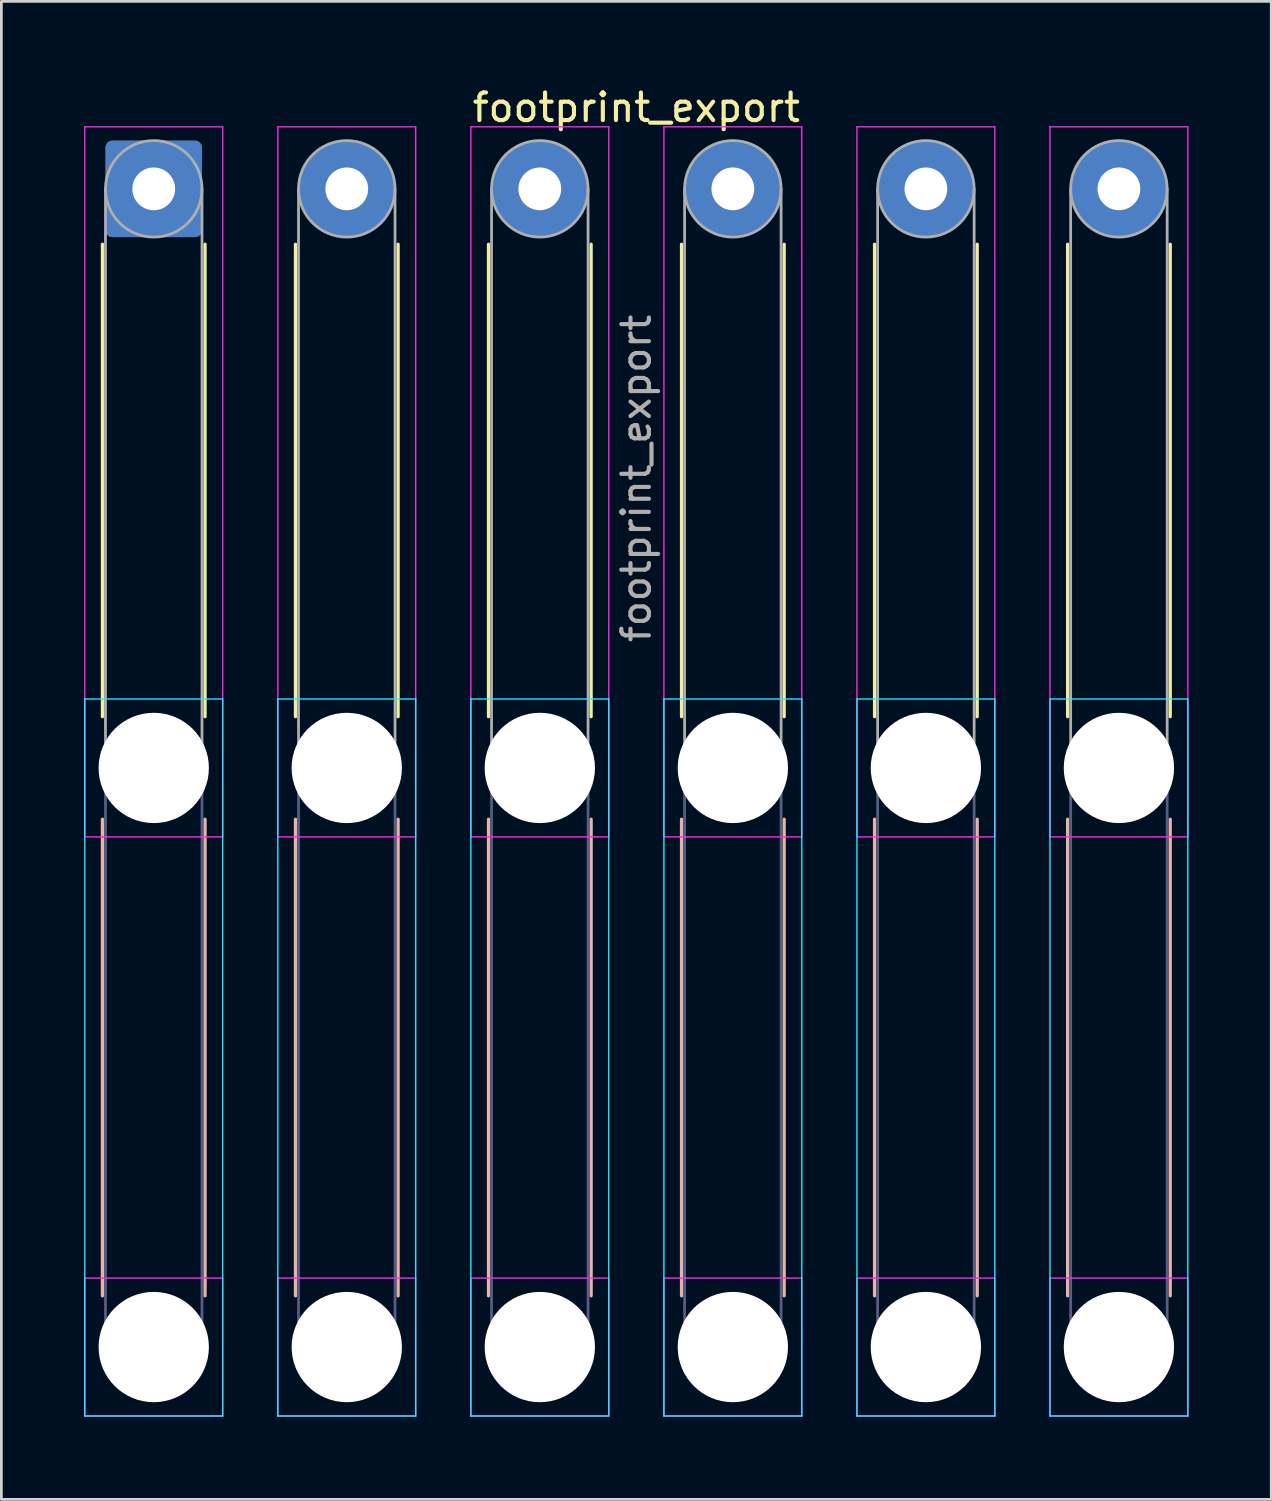
<source format=kicad_pcb>
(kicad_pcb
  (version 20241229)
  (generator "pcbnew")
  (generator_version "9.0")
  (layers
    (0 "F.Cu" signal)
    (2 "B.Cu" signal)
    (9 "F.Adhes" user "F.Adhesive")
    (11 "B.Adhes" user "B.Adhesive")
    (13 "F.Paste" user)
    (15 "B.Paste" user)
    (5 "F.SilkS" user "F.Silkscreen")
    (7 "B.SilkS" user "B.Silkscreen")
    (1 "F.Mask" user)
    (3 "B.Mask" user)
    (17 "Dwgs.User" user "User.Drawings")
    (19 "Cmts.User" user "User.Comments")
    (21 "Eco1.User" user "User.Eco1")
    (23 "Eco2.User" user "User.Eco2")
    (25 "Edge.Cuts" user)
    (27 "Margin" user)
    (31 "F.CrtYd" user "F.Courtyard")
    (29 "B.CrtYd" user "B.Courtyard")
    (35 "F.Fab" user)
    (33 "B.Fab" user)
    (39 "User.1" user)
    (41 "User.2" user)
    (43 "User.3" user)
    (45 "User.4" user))
  (footprint "footprint_export"
    (layer "F.Cu")
    (at 2.525 3.798)
    (property "Reference" "footprint_export" (at 17.5 -2.95 0) (layer "F.SilkS") (effects (font (size 1 1) (thickness 0.15))))
    (attr exclude_from_pos_files exclude_from_bom)
    (fp_line (start -1.86 2.01) (end -1.86 19.14) (stroke (width 0.12) (type solid)) (layer "F.SilkS"))
    (fp_line (start 1.86 2.01) (end 1.86 19.14) (stroke (width 0.12) (type solid)) (layer "F.SilkS"))
    (fp_line (start 5.14 2.01) (end 5.14 19.14) (stroke (width 0.12) (type solid)) (layer "F.SilkS"))
    (fp_line (start 8.86 2.01) (end 8.86 19.14) (stroke (width 0.12) (type solid)) (layer "F.SilkS"))
    (fp_line (start 12.14 2.01) (end 12.14 19.14) (stroke (width 0.12) (type solid)) (layer "F.SilkS"))
    (fp_line (start 15.86 2.01) (end 15.86 19.14) (stroke (width 0.12) (type solid)) (layer "F.SilkS"))
    (fp_line (start 19.14 2.01) (end 19.14 19.14) (stroke (width 0.12) (type solid)) (layer "F.SilkS"))
    (fp_line (start 22.86 2.01) (end 22.86 19.14) (stroke (width 0.12) (type solid)) (layer "F.SilkS"))
    (fp_line (start 26.14 2.01) (end 26.14 19.14) (stroke (width 0.12) (type solid)) (layer "F.SilkS"))
    (fp_line (start 29.86 2.01) (end 29.86 19.14) (stroke (width 0.12) (type solid)) (layer "F.SilkS"))
    (fp_line (start 33.14 2.01) (end 33.14 19.14) (stroke (width 0.12) (type solid)) (layer "F.SilkS"))
    (fp_line (start 36.86 2.01) (end 36.86 19.14) (stroke (width 0.12) (type solid)) (layer "F.SilkS"))
    (fp_line (start -1.86 22.86) (end -1.86 40.14) (stroke (width 0.12) (type solid)) (layer "B.SilkS"))
    (fp_line (start 1.86 22.86) (end 1.86 40.14) (stroke (width 0.12) (type solid)) (layer "B.SilkS"))
    (fp_line (start 5.14 22.86) (end 5.14 40.14) (stroke (width 0.12) (type solid)) (layer "B.SilkS"))
    (fp_line (start 8.86 22.86) (end 8.86 40.14) (stroke (width 0.12) (type solid)) (layer "B.SilkS"))
    (fp_line (start 12.14 22.86) (end 12.14 40.14) (stroke (width 0.12) (type solid)) (layer "B.SilkS"))
    (fp_line (start 15.86 22.86) (end 15.86 40.14) (stroke (width 0.12) (type solid)) (layer "B.SilkS"))
    (fp_line (start 19.14 22.86) (end 19.14 40.14) (stroke (width 0.12) (type solid)) (layer "B.SilkS"))
    (fp_line (start 22.86 22.86) (end 22.86 40.14) (stroke (width 0.12) (type solid)) (layer "B.SilkS"))
    (fp_line (start 26.14 22.86) (end 26.14 40.14) (stroke (width 0.12) (type solid)) (layer "B.SilkS"))
    (fp_line (start 29.86 22.86) (end 29.86 40.14) (stroke (width 0.12) (type solid)) (layer "B.SilkS"))
    (fp_line (start 33.14 22.86) (end 33.14 40.14) (stroke (width 0.12) (type solid)) (layer "B.SilkS"))
    (fp_line (start 36.86 22.86) (end 36.86 40.14) (stroke (width 0.12) (type solid)) (layer "B.SilkS"))
    (fp_line (start -2.5 18.5) (end -2.5 44.5) (stroke (width 0.05) (type solid)) (layer "B.CrtYd"))
    (fp_line (start -2.5 44.5) (end 2.5 44.5) (stroke (width 0.05) (type solid)) (layer "B.CrtYd"))
    (fp_line (start 2.5 18.5) (end -2.5 18.5) (stroke (width 0.05) (type solid)) (layer "B.CrtYd"))
    (fp_line (start 2.5 44.5) (end 2.5 18.5) (stroke (width 0.05) (type solid)) (layer "B.CrtYd"))
    (fp_line (start 4.5 18.5) (end 4.5 44.5) (stroke (width 0.05) (type solid)) (layer "B.CrtYd"))
    (fp_line (start 4.5 44.5) (end 9.5 44.5) (stroke (width 0.05) (type solid)) (layer "B.CrtYd"))
    (fp_line (start 9.5 18.5) (end 4.5 18.5) (stroke (width 0.05) (type solid)) (layer "B.CrtYd"))
    (fp_line (start 9.5 44.5) (end 9.5 18.5) (stroke (width 0.05) (type solid)) (layer "B.CrtYd"))
    (fp_line (start 11.5 18.5) (end 11.5 44.5) (stroke (width 0.05) (type solid)) (layer "B.CrtYd"))
    (fp_line (start 11.5 44.5) (end 16.5 44.5) (stroke (width 0.05) (type solid)) (layer "B.CrtYd"))
    (fp_line (start 16.5 18.5) (end 11.5 18.5) (stroke (width 0.05) (type solid)) (layer "B.CrtYd"))
    (fp_line (start 16.5 44.5) (end 16.5 18.5) (stroke (width 0.05) (type solid)) (layer "B.CrtYd"))
    (fp_line (start 18.5 18.5) (end 18.5 44.5) (stroke (width 0.05) (type solid)) (layer "B.CrtYd"))
    (fp_line (start 18.5 44.5) (end 23.5 44.5) (stroke (width 0.05) (type solid)) (layer "B.CrtYd"))
    (fp_line (start 23.5 18.5) (end 18.5 18.5) (stroke (width 0.05) (type solid)) (layer "B.CrtYd"))
    (fp_line (start 23.5 44.5) (end 23.5 18.5) (stroke (width 0.05) (type solid)) (layer "B.CrtYd"))
    (fp_line (start 25.5 18.5) (end 25.5 44.5) (stroke (width 0.05) (type solid)) (layer "B.CrtYd"))
    (fp_line (start 25.5 44.5) (end 30.5 44.5) (stroke (width 0.05) (type solid)) (layer "B.CrtYd"))
    (fp_line (start 30.5 18.5) (end 25.5 18.5) (stroke (width 0.05) (type solid)) (layer "B.CrtYd"))
    (fp_line (start 30.5 44.5) (end 30.5 18.5) (stroke (width 0.05) (type solid)) (layer "B.CrtYd"))
    (fp_line (start 32.5 18.5) (end 32.5 44.5) (stroke (width 0.05) (type solid)) (layer "B.CrtYd"))
    (fp_line (start 32.5 44.5) (end 37.5 44.5) (stroke (width 0.05) (type solid)) (layer "B.CrtYd"))
    (fp_line (start 37.5 18.5) (end 32.5 18.5) (stroke (width 0.05) (type solid)) (layer "B.CrtYd"))
    (fp_line (start 37.5 44.5) (end 37.5 18.5) (stroke (width 0.05) (type solid)) (layer "B.CrtYd"))
    (fp_line (start -2.5 -2.25) (end -2.5 23.5) (stroke (width 0.05) (type solid)) (layer "F.CrtYd"))
    (fp_line (start -2.5 23.5) (end 2.5 23.5) (stroke (width 0.05) (type solid)) (layer "F.CrtYd"))
    (fp_line (start -2.5 39.5) (end -2.5 44.5) (stroke (width 0.05) (type solid)) (layer "F.CrtYd"))
    (fp_line (start -2.5 44.5) (end 2.5 44.5) (stroke (width 0.05) (type solid)) (layer "F.CrtYd"))
    (fp_line (start 2.5 -2.25) (end -2.5 -2.25) (stroke (width 0.05) (type solid)) (layer "F.CrtYd"))
    (fp_line (start 2.5 23.5) (end 2.5 -2.25) (stroke (width 0.05) (type solid)) (layer "F.CrtYd"))
    (fp_line (start 2.5 39.5) (end -2.5 39.5) (stroke (width 0.05) (type solid)) (layer "F.CrtYd"))
    (fp_line (start 2.5 44.5) (end 2.5 39.5) (stroke (width 0.05) (type solid)) (layer "F.CrtYd"))
    (fp_line (start 4.5 -2.25) (end 4.5 23.5) (stroke (width 0.05) (type solid)) (layer "F.CrtYd"))
    (fp_line (start 4.5 23.5) (end 9.5 23.5) (stroke (width 0.05) (type solid)) (layer "F.CrtYd"))
    (fp_line (start 4.5 39.5) (end 4.5 44.5) (stroke (width 0.05) (type solid)) (layer "F.CrtYd"))
    (fp_line (start 4.5 44.5) (end 9.5 44.5) (stroke (width 0.05) (type solid)) (layer "F.CrtYd"))
    (fp_line (start 9.5 -2.25) (end 4.5 -2.25) (stroke (width 0.05) (type solid)) (layer "F.CrtYd"))
    (fp_line (start 9.5 23.5) (end 9.5 -2.25) (stroke (width 0.05) (type solid)) (layer "F.CrtYd"))
    (fp_line (start 9.5 39.5) (end 4.5 39.5) (stroke (width 0.05) (type solid)) (layer "F.CrtYd"))
    (fp_line (start 9.5 44.5) (end 9.5 39.5) (stroke (width 0.05) (type solid)) (layer "F.CrtYd"))
    (fp_line (start 11.5 -2.25) (end 11.5 23.5) (stroke (width 0.05) (type solid)) (layer "F.CrtYd"))
    (fp_line (start 11.5 23.5) (end 16.5 23.5) (stroke (width 0.05) (type solid)) (layer "F.CrtYd"))
    (fp_line (start 11.5 39.5) (end 11.5 44.5) (stroke (width 0.05) (type solid)) (layer "F.CrtYd"))
    (fp_line (start 11.5 44.5) (end 16.5 44.5) (stroke (width 0.05) (type solid)) (layer "F.CrtYd"))
    (fp_line (start 16.5 -2.25) (end 11.5 -2.25) (stroke (width 0.05) (type solid)) (layer "F.CrtYd"))
    (fp_line (start 16.5 23.5) (end 16.5 -2.25) (stroke (width 0.05) (type solid)) (layer "F.CrtYd"))
    (fp_line (start 16.5 39.5) (end 11.5 39.5) (stroke (width 0.05) (type solid)) (layer "F.CrtYd"))
    (fp_line (start 16.5 44.5) (end 16.5 39.5) (stroke (width 0.05) (type solid)) (layer "F.CrtYd"))
    (fp_line (start 18.5 -2.25) (end 18.5 23.5) (stroke (width 0.05) (type solid)) (layer "F.CrtYd"))
    (fp_line (start 18.5 23.5) (end 23.5 23.5) (stroke (width 0.05) (type solid)) (layer "F.CrtYd"))
    (fp_line (start 18.5 39.5) (end 18.5 44.5) (stroke (width 0.05) (type solid)) (layer "F.CrtYd"))
    (fp_line (start 18.5 44.5) (end 23.5 44.5) (stroke (width 0.05) (type solid)) (layer "F.CrtYd"))
    (fp_line (start 23.5 -2.25) (end 18.5 -2.25) (stroke (width 0.05) (type solid)) (layer "F.CrtYd"))
    (fp_line (start 23.5 23.5) (end 23.5 -2.25) (stroke (width 0.05) (type solid)) (layer "F.CrtYd"))
    (fp_line (start 23.5 39.5) (end 18.5 39.5) (stroke (width 0.05) (type solid)) (layer "F.CrtYd"))
    (fp_line (start 23.5 44.5) (end 23.5 39.5) (stroke (width 0.05) (type solid)) (layer "F.CrtYd"))
    (fp_line (start 25.5 -2.25) (end 25.5 23.5) (stroke (width 0.05) (type solid)) (layer "F.CrtYd"))
    (fp_line (start 25.5 23.5) (end 30.5 23.5) (stroke (width 0.05) (type solid)) (layer "F.CrtYd"))
    (fp_line (start 25.5 39.5) (end 25.5 44.5) (stroke (width 0.05) (type solid)) (layer "F.CrtYd"))
    (fp_line (start 25.5 44.5) (end 30.5 44.5) (stroke (width 0.05) (type solid)) (layer "F.CrtYd"))
    (fp_line (start 30.5 -2.25) (end 25.5 -2.25) (stroke (width 0.05) (type solid)) (layer "F.CrtYd"))
    (fp_line (start 30.5 23.5) (end 30.5 -2.25) (stroke (width 0.05) (type solid)) (layer "F.CrtYd"))
    (fp_line (start 30.5 39.5) (end 25.5 39.5) (stroke (width 0.05) (type solid)) (layer "F.CrtYd"))
    (fp_line (start 30.5 44.5) (end 30.5 39.5) (stroke (width 0.05) (type solid)) (layer "F.CrtYd"))
    (fp_line (start 32.5 -2.25) (end 32.5 23.5) (stroke (width 0.05) (type solid)) (layer "F.CrtYd"))
    (fp_line (start 32.5 23.5) (end 37.5 23.5) (stroke (width 0.05) (type solid)) (layer "F.CrtYd"))
    (fp_line (start 32.5 39.5) (end 32.5 44.5) (stroke (width 0.05) (type solid)) (layer "F.CrtYd"))
    (fp_line (start 32.5 44.5) (end 37.5 44.5) (stroke (width 0.05) (type solid)) (layer "F.CrtYd"))
    (fp_line (start 37.5 -2.25) (end 32.5 -2.25) (stroke (width 0.05) (type solid)) (layer "F.CrtYd"))
    (fp_line (start 37.5 23.5) (end 37.5 -2.25) (stroke (width 0.05) (type solid)) (layer "F.CrtYd"))
    (fp_line (start 37.5 39.5) (end 32.5 39.5) (stroke (width 0.05) (type solid)) (layer "F.CrtYd"))
    (fp_line (start 37.5 44.5) (end 37.5 39.5) (stroke (width 0.05) (type solid)) (layer "F.CrtYd"))
    (fp_line (start -1.75 21) (end -1.75 42) (stroke (width 0.1) (type solid)) (layer "B.Fab"))
    (fp_line (start 1.75 21) (end 1.75 42) (stroke (width 0.1) (type solid)) (layer "B.Fab"))
    (fp_line (start 5.25 21) (end 5.25 42) (stroke (width 0.1) (type solid)) (layer "B.Fab"))
    (fp_line (start 8.75 21) (end 8.75 42) (stroke (width 0.1) (type solid)) (layer "B.Fab"))
    (fp_line (start 12.25 21) (end 12.25 42) (stroke (width 0.1) (type solid)) (layer "B.Fab"))
    (fp_line (start 15.75 21) (end 15.75 42) (stroke (width 0.1) (type solid)) (layer "B.Fab"))
    (fp_line (start 19.25 21) (end 19.25 42) (stroke (width 0.1) (type solid)) (layer "B.Fab"))
    (fp_line (start 22.75 21) (end 22.75 42) (stroke (width 0.1) (type solid)) (layer "B.Fab"))
    (fp_line (start 26.25 21) (end 26.25 42) (stroke (width 0.1) (type solid)) (layer "B.Fab"))
    (fp_line (start 29.75 21) (end 29.75 42) (stroke (width 0.1) (type solid)) (layer "B.Fab"))
    (fp_line (start 33.25 21) (end 33.25 42) (stroke (width 0.1) (type solid)) (layer "B.Fab"))
    (fp_line (start 36.75 21) (end 36.75 42) (stroke (width 0.1) (type solid)) (layer "B.Fab"))
    (fp_circle (center 0 21) (end 1.75 21) (stroke (width 0.1) (type solid)) (fill no) (layer "B.Fab"))
    (fp_circle (center 0 42) (end 1.75 42) (stroke (width 0.1) (type solid)) (fill no) (layer "B.Fab"))
    (fp_circle (center 7 21) (end 8.75 21) (stroke (width 0.1) (type solid)) (fill no) (layer "B.Fab"))
    (fp_circle (center 7 42) (end 8.75 42) (stroke (width 0.1) (type solid)) (fill no) (layer "B.Fab"))
    (fp_circle (center 14 21) (end 15.75 21) (stroke (width 0.1) (type solid)) (fill no) (layer "B.Fab"))
    (fp_circle (center 14 42) (end 15.75 42) (stroke (width 0.1) (type solid)) (fill no) (layer "B.Fab"))
    (fp_circle (center 21 21) (end 22.75 21) (stroke (width 0.1) (type solid)) (fill no) (layer "B.Fab"))
    (fp_circle (center 21 42) (end 22.75 42) (stroke (width 0.1) (type solid)) (fill no) (layer "B.Fab"))
    (fp_circle (center 28 21) (end 29.75 21) (stroke (width 0.1) (type solid)) (fill no) (layer "B.Fab"))
    (fp_circle (center 28 42) (end 29.75 42) (stroke (width 0.1) (type solid)) (fill no) (layer "B.Fab"))
    (fp_circle (center 35 21) (end 36.75 21) (stroke (width 0.1) (type solid)) (fill no) (layer "B.Fab"))
    (fp_circle (center 35 42) (end 36.75 42) (stroke (width 0.1) (type solid)) (fill no) (layer "B.Fab"))
    (fp_line (start -1.75 0) (end -1.75 21) (stroke (width 0.1) (type solid)) (layer "F.Fab"))
    (fp_line (start 1.75 0) (end 1.75 21) (stroke (width 0.1) (type solid)) (layer "F.Fab"))
    (fp_line (start 5.25 0) (end 5.25 21) (stroke (width 0.1) (type solid)) (layer "F.Fab"))
    (fp_line (start 8.75 0) (end 8.75 21) (stroke (width 0.1) (type solid)) (layer "F.Fab"))
    (fp_line (start 12.25 0) (end 12.25 21) (stroke (width 0.1) (type solid)) (layer "F.Fab"))
    (fp_line (start 15.75 0) (end 15.75 21) (stroke (width 0.1) (type solid)) (layer "F.Fab"))
    (fp_line (start 19.25 0) (end 19.25 21) (stroke (width 0.1) (type solid)) (layer "F.Fab"))
    (fp_line (start 22.75 0) (end 22.75 21) (stroke (width 0.1) (type solid)) (layer "F.Fab"))
    (fp_line (start 26.25 0) (end 26.25 21) (stroke (width 0.1) (type solid)) (layer "F.Fab"))
    (fp_line (start 29.75 0) (end 29.75 21) (stroke (width 0.1) (type solid)) (layer "F.Fab"))
    (fp_line (start 33.25 0) (end 33.25 21) (stroke (width 0.1) (type solid)) (layer "F.Fab"))
    (fp_line (start 36.75 0) (end 36.75 21) (stroke (width 0.1) (type solid)) (layer "F.Fab"))
    (fp_circle (center 0 0) (end 1.75 0) (stroke (width 0.1) (type solid)) (fill no) (layer "F.Fab"))
    (fp_circle (center 0 21) (end 1.75 21) (stroke (width 0.1) (type solid)) (fill no) (layer "F.Fab"))
    (fp_circle (center 0 42) (end 1.75 42) (stroke (width 0.1) (type solid)) (fill no) (layer "F.Fab"))
    (fp_circle (center 7 0) (end 8.75 0) (stroke (width 0.1) (type solid)) (fill no) (layer "F.Fab"))
    (fp_circle (center 7 21) (end 8.75 21) (stroke (width 0.1) (type solid)) (fill no) (layer "F.Fab"))
    (fp_circle (center 7 42) (end 8.75 42) (stroke (width 0.1) (type solid)) (fill no) (layer "F.Fab"))
    (fp_circle (center 14 0) (end 15.75 0) (stroke (width 0.1) (type solid)) (fill no) (layer "F.Fab"))
    (fp_circle (center 14 21) (end 15.75 21) (stroke (width 0.1) (type solid)) (fill no) (layer "F.Fab"))
    (fp_circle (center 14 42) (end 15.75 42) (stroke (width 0.1) (type solid)) (fill no) (layer "F.Fab"))
    (fp_circle (center 21 0) (end 22.75 0) (stroke (width 0.1) (type solid)) (fill no) (layer "F.Fab"))
    (fp_circle (center 21 21) (end 22.75 21) (stroke (width 0.1) (type solid)) (fill no) (layer "F.Fab"))
    (fp_circle (center 21 42) (end 22.75 42) (stroke (width 0.1) (type solid)) (fill no) (layer "F.Fab"))
    (fp_circle (center 28 0) (end 29.75 0) (stroke (width 0.1) (type solid)) (fill no) (layer "F.Fab"))
    (fp_circle (center 28 21) (end 29.75 21) (stroke (width 0.1) (type solid)) (fill no) (layer "F.Fab"))
    (fp_circle (center 28 42) (end 29.75 42) (stroke (width 0.1) (type solid)) (fill no) (layer "F.Fab"))
    (fp_circle (center 35 0) (end 36.75 0) (stroke (width 0.1) (type solid)) (fill no) (layer "F.Fab"))
    (fp_circle (center 35 21) (end 36.75 21) (stroke (width 0.1) (type solid)) (fill no) (layer "F.Fab"))
    (fp_circle (center 35 42) (end 36.75 42) (stroke (width 0.1) (type solid)) (fill no) (layer "F.Fab"))
    (fp_text user "${REFERENCE}" (at 17.5 10.5 90) (layer "F.Fab") (effects (font (size 1 1) (thickness 0.15))))
    (pad "" np_thru_hole circle (at 0 21) (size 4 4) (drill 4) (layers "*.Cu" "*.Mask"))
    (pad "" np_thru_hole circle (at 0 42) (size 4 4) (drill 4) (layers "*.Cu" "*.Mask"))
    (pad "" np_thru_hole circle (at 7 21) (size 4 4) (drill 4) (layers "*.Cu" "*.Mask"))
    (pad "" np_thru_hole circle (at 7 42) (size 4 4) (drill 4) (layers "*.Cu" "*.Mask"))
    (pad "" np_thru_hole circle (at 14 21) (size 4 4) (drill 4) (layers "*.Cu" "*.Mask"))
    (pad "" np_thru_hole circle (at 14 42) (size 4 4) (drill 4) (layers "*.Cu" "*.Mask"))
    (pad "" np_thru_hole circle (at 21 21) (size 4 4) (drill 4) (layers "*.Cu" "*.Mask"))
    (pad "" np_thru_hole circle (at 21 42) (size 4 4) (drill 4) (layers "*.Cu" "*.Mask"))
    (pad "" np_thru_hole circle (at 28 21) (size 4 4) (drill 4) (layers "*.Cu" "*.Mask"))
    (pad "" np_thru_hole circle (at 28 42) (size 4 4) (drill 4) (layers "*.Cu" "*.Mask"))
    (pad "" np_thru_hole circle (at 35 21) (size 4 4) (drill 4) (layers "*.Cu" "*.Mask"))
    (pad "" np_thru_hole circle (at 35 42) (size 4 4) (drill 4) (layers "*.Cu" "*.Mask"))
    (pad "1" thru_hole roundrect (at 0 0) (size 3.5 3.5) (drill 1.55) (layers "*.Cu" "*.Mask") (roundrect_rratio 0.071))
    (pad "2" thru_hole circle (at 7 0) (size 3.5 3.5) (drill 1.55) (layers "*.Cu" "*.Mask"))
    (pad "3" thru_hole circle (at 14 0) (size 3.5 3.5) (drill 1.55) (layers "*.Cu" "*.Mask"))
    (pad "4" thru_hole circle (at 21 0) (size 3.5 3.5) (drill 1.55) (layers "*.Cu" "*.Mask"))
    (pad "5" thru_hole circle (at 28 0) (size 3.5 3.5) (drill 1.55) (layers "*.Cu" "*.Mask"))
    (pad "6" thru_hole circle (at 35 0) (size 3.5 3.5) (drill 1.55) (layers "*.Cu" "*.Mask")))
  (gr_rect
    (start -3 -3)
    (end 43.05 51.323)
    (stroke (width 0.1) (type default))
    (fill no)
    (layer "Edge.Cuts")))
</source>
